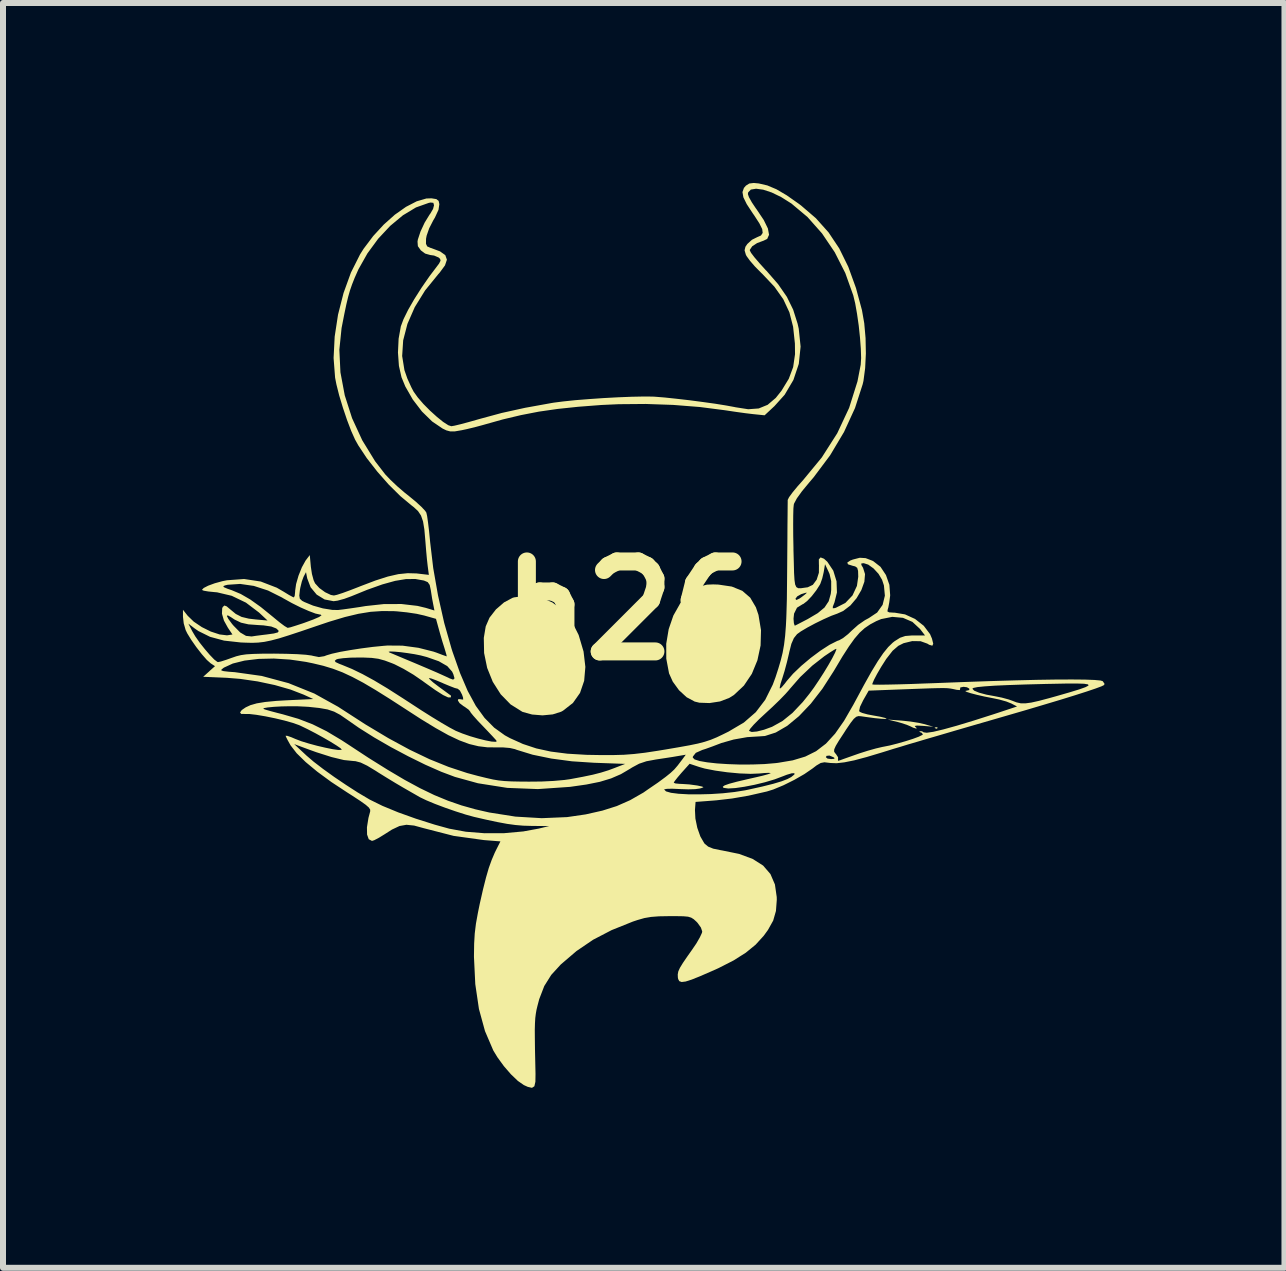
<source format=kicad_pcb>
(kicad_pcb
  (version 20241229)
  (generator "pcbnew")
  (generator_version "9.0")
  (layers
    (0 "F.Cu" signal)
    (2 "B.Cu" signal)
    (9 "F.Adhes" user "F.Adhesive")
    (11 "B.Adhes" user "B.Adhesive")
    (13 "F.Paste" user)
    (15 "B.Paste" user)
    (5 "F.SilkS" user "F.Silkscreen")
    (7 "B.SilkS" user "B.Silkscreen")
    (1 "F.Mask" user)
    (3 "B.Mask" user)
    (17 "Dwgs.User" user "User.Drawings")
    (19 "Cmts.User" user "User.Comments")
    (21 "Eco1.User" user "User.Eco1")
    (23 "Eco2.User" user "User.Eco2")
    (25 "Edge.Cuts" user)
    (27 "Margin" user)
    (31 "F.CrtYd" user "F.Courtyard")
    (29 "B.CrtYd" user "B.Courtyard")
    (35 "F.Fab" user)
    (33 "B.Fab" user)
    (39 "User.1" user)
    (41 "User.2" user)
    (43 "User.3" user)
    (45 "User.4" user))
  (footprint "h26"
    (layer "F.Cu")
    (at 7.483 7.131)
    (property "Reference" "h26" (at 0 0 0) (layer "F.SilkS") (effects (font (size 1.5 1.5) (thickness 0.3))))
    (attr board_only exclude_from_pos_files exclude_from_bom)
    (fp_poly (pts (xy 5.095 1.945) (xy 5.09 1.964) (xy 5.074 1.966) (xy 5.048 1.954) (xy 5.053 1.945) (xy 5.09 1.941)) (stroke (width 0) (type solid)) (fill yes) (layer "F.SilkS"))
    (fp_poly (pts (xy 4.503 1.832) (xy 4.644 1.847) (xy 4.782 1.869) (xy 4.883 1.892) (xy 5.026 1.934) (xy 4.852 1.919) (xy 4.753 1.914) (xy 4.715 1.921) (xy 4.725 1.935) (xy 4.752 1.959) (xy 4.734 1.963) (xy 4.688 1.949) (xy 4.648 1.929) (xy 4.582 1.901) (xy 4.483 1.869) (xy 4.426 1.853) (xy 4.265 1.814)) (stroke (width 0) (type solid)) (fill yes) (layer "F.SilkS"))
    (fp_poly (pts (xy -1.524 -0.223) (xy -1.325 -0.138) (xy -1.147 -0.002) (xy -0.999 0.181) (xy -0.887 0.404) (xy -0.805 0.681) (xy -0.775 0.937) (xy -0.795 1.168) (xy -0.864 1.37) (xy -0.982 1.537) (xy -1.147 1.666) (xy -1.18 1.684) (xy -1.319 1.728) (xy -1.489 1.744) (xy -1.663 1.73) (xy -1.817 1.688) (xy -1.828 1.683) (xy -2.021 1.562) (xy -2.186 1.393) (xy -2.318 1.186) (xy -2.412 0.953) (xy -2.463 0.705) (xy -2.468 0.452) (xy -2.436 0.261) (xy -2.373 0.116) (xy -2.265 -0.023) (xy -2.131 -0.139) (xy -1.989 -0.215) (xy -1.962 -0.223) (xy -1.739 -0.253)) (stroke (width 0) (type solid)) (fill yes) (layer "F.SilkS"))
    (fp_poly (pts (xy 1.443 -0.436) (xy 1.666 -0.403) (xy 1.841 -0.332) (xy 1.973 -0.218) (xy 2.068 -0.057) (xy 2.111 0.07) (xy 2.153 0.324) (xy 2.146 0.579) (xy 2.093 0.826) (xy 2 1.052) (xy 1.868 1.248) (xy 1.703 1.403) (xy 1.624 1.453) (xy 1.47 1.512) (xy 1.294 1.539) (xy 1.125 1.533) (xy 1.047 1.514) (xy 0.913 1.442) (xy 0.786 1.325) (xy 0.682 1.182) (xy 0.62 1.044) (xy 0.574 0.8) (xy 0.573 0.551) (xy 0.614 0.307) (xy 0.692 0.08) (xy 0.805 -0.12) (xy 0.949 -0.281) (xy 1.078 -0.371) (xy 1.168 -0.414) (xy 1.252 -0.435) (xy 1.356 -0.439)) (stroke (width 0) (type solid)) (fill yes) (layer "F.SilkS"))
    (fp_poly (pts (xy 2.116 -7.123) (xy 2.258 -7.09) (xy 2.41 -7.026) (xy 2.582 -6.925) (xy 2.784 -6.783) (xy 2.821 -6.755) (xy 3.068 -6.543) (xy 3.279 -6.307) (xy 3.457 -6.04) (xy 3.608 -5.733) (xy 3.736 -5.38) (xy 3.836 -5.01) (xy 3.874 -4.793) (xy 3.896 -4.545) (xy 3.901 -4.288) (xy 3.889 -4.044) (xy 3.861 -3.832) (xy 3.848 -3.776) (xy 3.72 -3.379) (xy 3.537 -2.98) (xy 3.305 -2.591) (xy 3.03 -2.224) (xy 2.951 -2.131) (xy 2.836 -1.992) (xy 2.751 -1.874) (xy 2.704 -1.786) (xy 2.699 -1.767) (xy 2.693 -1.705) (xy 2.69 -1.59) (xy 2.689 -1.435) (xy 2.69 -1.251) (xy 2.694 -1.05) (xy 2.694 -1.015) (xy 2.7 -0.795) (xy 2.704 -0.63) (xy 2.711 -0.514) (xy 2.722 -0.438) (xy 2.742 -0.394) (xy 2.773 -0.376) (xy 2.818 -0.375) (xy 2.88 -0.384) (xy 2.932 -0.391) (xy 3.017 -0.432) (xy 3.081 -0.518) (xy 3.118 -0.634) (xy 3.119 -0.765) (xy 3.118 -0.769) (xy 3.117 -0.856) (xy 3.146 -0.889) (xy 3.203 -0.867) (xy 3.259 -0.816) (xy 3.358 -0.668) (xy 3.412 -0.491) (xy 3.419 -0.305) (xy 3.378 -0.14) (xy 3.35 -0.068) (xy 3.35 -0.041) (xy 3.383 -0.044) (xy 3.402 -0.05) (xy 3.559 -0.13) (xy 3.678 -0.255) (xy 3.752 -0.414) (xy 3.774 -0.567) (xy 3.771 -0.664) (xy 3.757 -0.715) (xy 3.723 -0.739) (xy 3.678 -0.75) (xy 3.603 -0.774) (xy 3.591 -0.803) (xy 3.642 -0.837) (xy 3.683 -0.853) (xy 3.799 -0.883) (xy 3.897 -0.877) (xy 4.009 -0.834) (xy 4.026 -0.825) (xy 4.145 -0.732) (xy 4.236 -0.595) (xy 4.293 -0.432) (xy 4.306 -0.26) (xy 4.305 -0.245) (xy 4.291 -0.139) (xy 4.275 -0.053) (xy 4.266 -0.024) (xy 4.26 0.011) (xy 4.289 0.027) (xy 4.366 0.032) (xy 4.381 0.032) (xy 4.554 0.061) (xy 4.721 0.137) (xy 4.866 0.251) (xy 4.971 0.39) (xy 5.003 0.465) (xy 5.024 0.55) (xy 5.009 0.583) (xy 4.956 0.567) (xy 4.925 0.548) (xy 4.813 0.508) (xy 4.674 0.506) (xy 4.53 0.541) (xy 4.442 0.585) (xy 4.347 0.667) (xy 4.241 0.803) (xy 4.156 0.936) (xy 4.088 1.053) (xy 4.038 1.148) (xy 4.011 1.211) (xy 4.009 1.229) (xy 4.044 1.232) (xy 4.135 1.233) (xy 4.273 1.231) (xy 4.452 1.227) (xy 4.662 1.221) (xy 4.898 1.212) (xy 5.018 1.208) (xy 5.515 1.189) (xy 5.971 1.173) (xy 6.384 1.161) (xy 6.751 1.152) (xy 7.07 1.147) (xy 7.339 1.146) (xy 7.553 1.148) (xy 7.712 1.154) (xy 7.812 1.163) (xy 7.849 1.174) (xy 7.879 1.217) (xy 7.873 1.238) (xy 7.829 1.26) (xy 7.729 1.297) (xy 7.578 1.348) (xy 7.381 1.411) (xy 7.142 1.485) (xy 6.868 1.567) (xy 6.562 1.658) (xy 6.421 1.699) (xy 6.025 1.814) (xy 5.683 1.913) (xy 5.391 1.998) (xy 5.143 2.071) (xy 4.933 2.132) (xy 4.755 2.185) (xy 4.604 2.229) (xy 4.474 2.269) (xy 4.359 2.303) (xy 4.254 2.336) (xy 4.17 2.362) (xy 3.913 2.439) (xy 3.707 2.494) (xy 3.543 2.527) (xy 3.414 2.542) (xy 3.311 2.538) (xy 3.286 2.535) (xy 3.21 2.526) (xy 3.148 2.538) (xy 3.078 2.579) (xy 3.013 2.629) (xy 2.876 2.723) (xy 2.707 2.82) (xy 2.526 2.91) (xy 2.357 2.98) (xy 2.251 3.013) (xy 1.944 3.083) (xy 1.671 3.13) (xy 1.411 3.16) (xy 1.364 3.164) (xy 1.062 3.187) (xy 1.052 3.323) (xy 1.059 3.464) (xy 1.091 3.619) (xy 1.142 3.763) (xy 1.205 3.872) (xy 1.213 3.883) (xy 1.272 3.932) (xy 1.356 3.966) (xy 1.482 3.992) (xy 1.506 3.996) (xy 1.789 4.054) (xy 2.015 4.138) (xy 2.188 4.248) (xy 2.31 4.389) (xy 2.385 4.563) (xy 2.415 4.772) (xy 2.416 4.82) (xy 2.402 5.005) (xy 2.356 5.165) (xy 2.269 5.321) (xy 2.197 5.42) (xy 2.063 5.567) (xy 1.899 5.701) (xy 1.695 5.83) (xy 1.442 5.959) (xy 1.332 6.008) (xy 1.139 6.092) (xy 0.997 6.149) (xy 0.896 6.181) (xy 0.83 6.189) (xy 0.791 6.175) (xy 0.772 6.14) (xy 0.767 6.114) (xy 0.765 6.063) (xy 0.774 6.013) (xy 0.801 5.953) (xy 0.851 5.871) (xy 0.929 5.757) (xy 0.999 5.658) (xy 1.076 5.545) (xy 1.135 5.442) (xy 1.169 5.368) (xy 1.173 5.346) (xy 1.151 5.281) (xy 1.096 5.204) (xy 1.076 5.183) (xy 1.031 5.142) (xy 0.989 5.116) (xy 0.936 5.1) (xy 0.857 5.093) (xy 0.739 5.091) (xy 0.624 5.091) (xy 0.452 5.094) (xy 0.321 5.104) (xy 0.209 5.123) (xy 0.094 5.156) (xy 0.016 5.182) (xy -0.337 5.324) (xy -0.645 5.484) (xy -0.923 5.673) (xy -1.185 5.897) (xy -1.344 6.071) (xy -1.46 6.256) (xy -1.544 6.474) (xy -1.574 6.588) (xy -1.59 6.655) (xy -1.601 6.719) (xy -1.61 6.79) (xy -1.615 6.876) (xy -1.618 6.985) (xy -1.617 7.126) (xy -1.615 7.307) (xy -1.61 7.538) (xy -1.606 7.721) (xy -1.608 7.852) (xy -1.625 7.927) (xy -1.665 7.953) (xy -1.735 7.937) (xy -1.801 7.907) (xy -1.9 7.838) (xy -2.015 7.728) (xy -2.133 7.592) (xy -2.24 7.445) (xy -2.31 7.33) (xy -2.448 7.008) (xy -2.549 6.639) (xy -2.61 6.225) (xy -2.632 5.772) (xy -2.632 5.752) (xy -2.629 5.55) (xy -2.619 5.38) (xy -2.599 5.216) (xy -2.566 5.034) (xy -2.537 4.892) (xy -2.481 4.645) (xy -2.431 4.447) (xy -2.385 4.288) (xy -2.337 4.155) (xy -2.286 4.035) (xy -2.265 3.992) (xy -2.191 3.845) (xy -2.467 3.823) (xy -2.971 3.753) (xy -3.469 3.625) (xy -3.63 3.581) (xy -3.758 3.568) (xy -3.874 3.589) (xy -3.999 3.648) (xy -4.123 3.727) (xy -4.217 3.785) (xy -4.294 3.825) (xy -4.332 3.837) (xy -4.386 3.809) (xy -4.414 3.731) (xy -4.416 3.61) (xy -4.391 3.454) (xy -4.362 3.345) (xy -4.362 3.316) (xy -4.384 3.281) (xy -4.435 3.236) (xy -4.522 3.174) (xy -4.653 3.088) (xy -4.747 3.028) (xy -5.011 2.854) (xy -5.244 2.683) (xy -5.438 2.522) (xy -5.588 2.375) (xy -5.687 2.247) (xy -5.692 2.239) (xy -5.701 2.223) (xy -5.629 2.223) (xy -5.422 2.416) (xy -5.304 2.517) (xy -5.145 2.639) (xy -4.96 2.772) (xy -4.763 2.905) (xy -4.569 3.03) (xy -4.392 3.135) (xy -4.37 3.148) (xy -4.157 3.253) (xy -3.895 3.361) (xy -3.599 3.467) (xy -3.283 3.567) (xy -3.044 3.633) (xy -2.767 3.684) (xy -2.455 3.709) (xy -2.129 3.708) (xy -1.81 3.679) (xy -1.554 3.632) (xy -1.379 3.59) (xy -1.674 3.587) (xy -1.81 3.583) (xy -1.94 3.572) (xy -2.079 3.553) (xy -2.24 3.523) (xy -2.437 3.481) (xy -2.632 3.436) (xy -2.77 3.398) (xy -2.936 3.345) (xy -3.112 3.284) (xy -3.282 3.22) (xy -3.426 3.16) (xy -3.528 3.111) (xy -3.532 3.109) (xy -3.612 3.063) (xy -3.722 3) (xy -3.821 2.943) (xy -3.938 2.874) (xy -4.083 2.786) (xy -4.228 2.696) (xy -4.268 2.67) (xy -4.412 2.583) (xy -4.52 2.531) (xy -4.606 2.508) (xy -4.644 2.505) (xy -4.8 2.489) (xy -5.006 2.439) (xy -5.261 2.358) (xy -5.375 2.317) (xy -5.629 2.223) (xy -5.701 2.223) (xy -5.738 2.157) (xy -5.767 2.099) (xy -5.771 2.084) (xy -5.745 2.085) (xy -5.678 2.108) (xy -5.605 2.139) (xy -5.508 2.176) (xy -5.384 2.214) (xy -5.247 2.251) (xy -5.11 2.283) (xy -4.987 2.308) (xy -4.893 2.321) (xy -4.841 2.319) (xy -4.836 2.316) (xy -4.856 2.292) (xy -4.922 2.247) (xy -5.02 2.186) (xy -5.141 2.116) (xy -5.273 2.043) (xy -5.404 1.975) (xy -5.522 1.918) (xy -5.549 1.906) (xy -5.651 1.87) (xy -5.789 1.831) (xy -5.948 1.793) (xy -6.11 1.76) (xy -6.259 1.735) (xy -6.378 1.721) (xy -6.446 1.721) (xy -6.513 1.72) (xy -6.531 1.695) (xy -6.503 1.656) (xy -6.473 1.635) (xy -6.144 1.635) (xy -6.11 1.648) (xy -6.028 1.672) (xy -5.911 1.703) (xy -5.817 1.727) (xy -5.558 1.802) (xy -5.322 1.893) (xy -5.088 2.009) (xy -4.837 2.159) (xy -4.745 2.219) (xy -4.387 2.454) (xy -4.07 2.652) (xy -3.788 2.819) (xy -3.531 2.958) (xy -3.293 3.073) (xy -3.065 3.167) (xy -2.84 3.245) (xy -2.609 3.31) (xy -2.378 3.363) (xy -1.94 3.432) (xy -1.502 3.458) (xy -1.079 3.44) (xy -0.77 3.395) (xy -0.491 3.332) (xy -0.251 3.256) (xy -0.029 3.158) (xy 0.193 3.031) (xy 0.266 2.98) (xy 0.539 2.98) (xy 0.569 3.011) (xy 0.652 3.035) (xy 0.778 3.051) (xy 0.937 3.06) (xy 1.12 3.061) (xy 1.316 3.056) (xy 1.516 3.043) (xy 1.709 3.022) (xy 1.886 2.994) (xy 1.934 2.984) (xy 2.173 2.931) (xy 2.356 2.885) (xy 2.494 2.844) (xy 2.593 2.806) (xy 2.657 2.772) (xy 2.71 2.729) (xy 2.71 2.708) (xy 2.664 2.71) (xy 2.58 2.735) (xy 2.524 2.757) (xy 2.383 2.81) (xy 2.219 2.859) (xy 2.046 2.901) (xy 1.877 2.934) (xy 1.726 2.956) (xy 1.607 2.963) (xy 1.532 2.953) (xy 1.525 2.95) (xy 1.516 2.933) (xy 1.547 2.911) (xy 1.624 2.884) (xy 1.75 2.85) (xy 1.932 2.807) (xy 2.069 2.776) (xy 2.184 2.749) (xy 2.27 2.725) (xy 2.313 2.709) (xy 2.315 2.707) (xy 2.286 2.702) (xy 2.212 2.705) (xy 2.128 2.713) (xy 1.981 2.719) (xy 1.795 2.712) (xy 1.591 2.693) (xy 1.391 2.665) (xy 1.216 2.631) (xy 1.124 2.605) (xy 0.963 2.551) (xy 0.83 2.699) (xy 0.761 2.78) (xy 0.713 2.841) (xy 0.698 2.867) (xy 0.726 2.879) (xy 0.797 2.886) (xy 0.832 2.887) (xy 0.956 2.895) (xy 1.081 2.912) (xy 1.094 2.914) (xy 1.172 2.931) (xy 1.194 2.942) (xy 1.163 2.955) (xy 1.13 2.964) (xy 1.055 2.974) (xy 0.94 2.977) (xy 0.808 2.973) (xy 0.789 2.972) (xy 0.673 2.967) (xy 0.585 2.969) (xy 0.541 2.977) (xy 0.539 2.98) (xy 0.266 2.98) (xy 0.436 2.864) (xy 0.444 2.858) (xy 0.563 2.77) (xy 0.645 2.704) (xy 0.707 2.646) (xy 0.763 2.581) (xy 0.829 2.494) (xy 0.831 2.492) (xy 0.864 2.447) (xy 1.015 2.447) (xy 1.045 2.478) (xy 1.128 2.505) (xy 1.255 2.527) (xy 1.416 2.545) (xy 1.602 2.557) (xy 1.803 2.564) (xy 2.009 2.563) (xy 2.211 2.556) (xy 2.398 2.54) (xy 2.438 2.535) (xy 2.682 2.494) (xy 2.855 2.442) (xy 3.234 2.442) (xy 3.262 2.465) (xy 3.322 2.473) (xy 3.377 2.468) (xy 3.375 2.452) (xy 3.361 2.442) (xy 3.294 2.414) (xy 3.246 2.419) (xy 3.234 2.442) (xy 2.855 2.442) (xy 2.891 2.431) (xy 3.064 2.345) (xy 3.371 2.345) (xy 3.386 2.372) (xy 3.401 2.387) (xy 3.437 2.442) (xy 3.437 2.48) (xy 3.436 2.502) (xy 3.475 2.491) (xy 3.532 2.47) (xy 3.631 2.435) (xy 3.753 2.392) (xy 3.793 2.378) (xy 3.932 2.334) (xy 4.067 2.296) (xy 4.173 2.271) (xy 4.189 2.268) (xy 4.3 2.246) (xy 4.429 2.213) (xy 4.562 2.175) (xy 4.685 2.136) (xy 4.782 2.1) (xy 4.841 2.071) (xy 4.852 2.059) (xy 4.827 2.031) (xy 4.815 2.029) (xy 4.793 2.017) (xy 4.798 2.009) (xy 4.836 2.009) (xy 4.864 2.027) (xy 4.916 2.034) (xy 5.026 2.018) (xy 5.194 1.978) (xy 5.418 1.916) (xy 5.699 1.831) (xy 6.034 1.724) (xy 6.104 1.701) (xy 6.421 1.596) (xy 6.325 1.546) (xy 6.242 1.513) (xy 6.124 1.48) (xy 6.024 1.459) (xy 5.881 1.431) (xy 5.753 1.402) (xy 5.65 1.375) (xy 5.581 1.353) (xy 5.557 1.338) (xy 5.575 1.334) (xy 5.625 1.322) (xy 5.625 1.3) (xy 5.676 1.3) (xy 5.706 1.332) (xy 5.788 1.366) (xy 5.911 1.399) (xy 6.042 1.423) (xy 6.167 1.448) (xy 6.285 1.48) (xy 6.343 1.501) (xy 6.414 1.528) (xy 6.482 1.543) (xy 6.56 1.544) (xy 6.658 1.531) (xy 6.788 1.502) (xy 6.961 1.456) (xy 7.072 1.425) (xy 7.291 1.362) (xy 7.455 1.312) (xy 7.562 1.274) (xy 7.613 1.247) (xy 7.605 1.228) (xy 7.539 1.217) (xy 7.412 1.213) (xy 7.224 1.214) (xy 6.975 1.219) (xy 6.913 1.22) (xy 6.565 1.229) (xy 6.277 1.239) (xy 6.049 1.249) (xy 5.877 1.261) (xy 5.759 1.273) (xy 5.693 1.287) (xy 5.676 1.3) (xy 5.625 1.3) (xy 5.625 1.298) (xy 5.586 1.276) (xy 5.53 1.268) (xy 5.475 1.279) (xy 5.472 1.304) (xy 5.468 1.323) (xy 5.413 1.318) (xy 5.387 1.312) (xy 5.345 1.303) (xy 5.305 1.296) (xy 5.258 1.291) (xy 5.195 1.289) (xy 5.107 1.29) (xy 4.985 1.293) (xy 4.821 1.299) (xy 4.604 1.307) (xy 4.519 1.31) (xy 3.948 1.332) (xy 3.856 1.493) (xy 3.804 1.6) (xy 3.789 1.667) (xy 3.796 1.684) (xy 3.841 1.704) (xy 3.929 1.728) (xy 4.029 1.747) (xy 4.136 1.766) (xy 4.215 1.785) (xy 4.248 1.798) (xy 4.229 1.804) (xy 4.158 1.801) (xy 4.046 1.79) (xy 3.904 1.771) (xy 3.821 1.759) (xy 3.777 1.756) (xy 3.74 1.768) (xy 3.699 1.803) (xy 3.646 1.871) (xy 3.572 1.98) (xy 3.535 2.038) (xy 3.451 2.166) (xy 3.399 2.253) (xy 3.374 2.309) (xy 3.371 2.345) (xy 3.064 2.345) (xy 3.073 2.34) (xy 3.236 2.215) (xy 3.388 2.049) (xy 3.537 1.836) (xy 3.691 1.569) (xy 3.725 1.506) (xy 3.871 1.235) (xy 3.994 1.015) (xy 4.1 0.841) (xy 4.191 0.707) (xy 4.273 0.606) (xy 4.348 0.533) (xy 4.38 0.508) (xy 4.472 0.45) (xy 4.558 0.421) (xy 4.67 0.412) (xy 4.7 0.412) (xy 4.887 0.412) (xy 4.804 0.304) (xy 4.677 0.186) (xy 4.519 0.118) (xy 4.341 0.102) (xy 4.156 0.139) (xy 4.075 0.173) (xy 3.972 0.228) (xy 3.881 0.29) (xy 3.797 0.366) (xy 3.711 0.466) (xy 3.618 0.596) (xy 3.509 0.765) (xy 3.38 0.982) (xy 3.36 1.015) (xy 3.176 1.301) (xy 2.983 1.55) (xy 2.786 1.757) (xy 2.59 1.919) (xy 2.399 2.03) (xy 2.219 2.088) (xy 2.134 2.094) (xy 1.923 2.107) (xy 1.697 2.147) (xy 1.493 2.205) (xy 1.459 2.218) (xy 1.341 2.263) (xy 1.227 2.304) (xy 1.173 2.321) (xy 1.066 2.369) (xy 1.018 2.43) (xy 1.015 2.447) (xy 0.864 2.447) (xy 0.899 2.4) (xy 0.775 2.421) (xy 0.681 2.437) (xy 0.552 2.457) (xy 0.412 2.478) (xy 0.4 2.48) (xy 0.243 2.509) (xy 0.121 2.55) (xy 0.004 2.613) (xy -0.029 2.634) (xy -0.182 2.724) (xy -0.346 2.795) (xy -0.534 2.852) (xy -0.758 2.897) (xy -1.031 2.936) (xy -1.566 2.973) (xy -2.077 2.953) (xy -2.565 2.876) (xy -2.949 2.77) (xy -3.178 2.684) (xy -3.443 2.567) (xy -3.727 2.427) (xy -4.017 2.273) (xy -4.296 2.112) (xy -4.55 1.952) (xy -4.755 1.809) (xy -4.863 1.735) (xy -4.963 1.682) (xy -5.074 1.645) (xy -5.211 1.621) (xy -5.39 1.602) (xy -5.442 1.599) (xy -5.566 1.593) (xy -5.704 1.592) (xy -5.843 1.595) (xy -5.969 1.602) (xy -6.07 1.612) (xy -6.132 1.623) (xy -6.144 1.635) (xy -6.473 1.635) (xy -6.436 1.61) (xy -6.358 1.574) (xy -6.253 1.544) (xy -6.113 1.521) (xy -5.928 1.503) (xy -5.755 1.493) (xy -5.311 1.472) (xy -5.47 1.399) (xy -5.69 1.314) (xy -5.952 1.239) (xy -6.239 1.178) (xy -6.529 1.136) (xy -6.752 1.118) (xy -7.146 1.101) (xy -7.048 1.013) (xy -7.03 0.996) (xy -6.842 0.996) (xy -6.804 1.007) (xy -6.718 1.017) (xy -6.62 1.024) (xy -6.17 1.087) (xy -5.723 1.207) (xy -5.294 1.38) (xy -4.896 1.601) (xy -4.864 1.622) (xy -4.443 1.894) (xy -4.059 2.124) (xy -3.705 2.316) (xy -3.373 2.475) (xy -3.056 2.603) (xy -2.747 2.705) (xy -2.569 2.753) (xy -2.426 2.788) (xy -2.316 2.813) (xy -2.22 2.829) (xy -2.123 2.839) (xy -2.007 2.845) (xy -1.857 2.848) (xy -1.712 2.849) (xy -1.505 2.847) (xy -1.302 2.837) (xy -1.124 2.821) (xy -1.031 2.808) (xy -0.817 2.768) (xy -0.65 2.733) (xy -0.514 2.698) (xy -0.392 2.66) (xy -0.295 2.624) (xy -0.111 2.553) (xy -0.634 2.534) (xy -0.999 2.51) (xy -1.343 2.464) (xy -1.654 2.4) (xy -1.918 2.319) (xy -1.95 2.307) (xy -2.033 2.288) (xy -2.15 2.278) (xy -2.251 2.278) (xy -2.406 2.277) (xy -2.557 2.259) (xy -2.71 2.222) (xy -2.875 2.161) (xy -3.059 2.074) (xy -3.27 1.956) (xy -3.516 1.806) (xy -3.754 1.652) (xy -4.035 1.47) (xy -4.273 1.321) (xy -4.478 1.2) (xy -4.659 1.104) (xy -4.824 1.027) (xy -4.982 0.967) (xy -5.143 0.918) (xy -5.315 0.877) (xy -5.432 0.853) (xy -5.559 0.834) (xy -4.952 0.834) (xy -4.939 0.856) (xy -4.877 0.885) (xy -4.83 0.903) (xy -4.665 0.971) (xy -4.49 1.056) (xy -4.296 1.162) (xy -4.074 1.295) (xy -3.816 1.46) (xy -3.69 1.542) (xy -3.509 1.66) (xy -3.333 1.771) (xy -3.172 1.869) (xy -3.038 1.947) (xy -2.944 1.997) (xy -2.937 2.001) (xy -2.827 2.046) (xy -2.698 2.091) (xy -2.565 2.13) (xy -2.441 2.161) (xy -2.338 2.181) (xy -2.271 2.185) (xy -2.251 2.175) (xy -2.272 2.148) (xy -2.328 2.087) (xy -2.409 2.001) (xy -2.473 1.934) (xy -2.567 1.836) (xy -2.641 1.753) (xy -2.686 1.698) (xy -2.695 1.681) (xy -2.72 1.65) (xy -2.782 1.605) (xy -2.808 1.589) (xy -2.871 1.541) (xy -2.9 1.497) (xy -2.892 1.472) (xy -2.843 1.477) (xy -2.839 1.479) (xy -2.812 1.481) (xy -2.814 1.447) (xy -2.831 1.398) (xy -2.866 1.331) (xy -2.903 1.3) (xy -2.905 1.3) (xy -2.951 1.288) (xy -3.037 1.255) (xy -3.145 1.21) (xy -3.157 1.204) (xy -3.262 1.16) (xy -3.342 1.13) (xy -3.383 1.121) (xy -3.384 1.122) (xy -3.367 1.146) (xy -3.311 1.196) (xy -3.225 1.262) (xy -3.213 1.271) (xy -3.121 1.338) (xy -3.05 1.39) (xy -3.016 1.415) (xy -3.015 1.416) (xy -3.018 1.443) (xy -3.02 1.445) (xy -3.062 1.445) (xy -3.147 1.405) (xy -3.276 1.323) (xy -3.45 1.199) (xy -3.491 1.169) (xy -3.641 1.066) (xy -3.805 0.969) (xy -3.955 0.893) (xy -3.996 0.876) (xy -4.119 0.83) (xy -4.225 0.801) (xy -4.337 0.786) (xy -4.478 0.78) (xy -4.55 0.78) (xy -4.692 0.782) (xy -4.813 0.791) (xy -4.899 0.803) (xy -4.926 0.812) (xy -4.952 0.834) (xy -5.559 0.834) (xy -5.7 0.814) (xy -5.969 0.797) (xy -6.224 0.803) (xy -6.456 0.831) (xy -6.652 0.88) (xy -6.8 0.948) (xy -6.812 0.957) (xy -6.842 0.981) (xy -6.842 0.996) (xy -7.03 0.996) (xy -6.949 0.924) (xy -7.022 0.876) (xy -7.086 0.819) (xy -7.169 0.724) (xy -7.26 0.607) (xy -7.344 0.487) (xy -7.411 0.378) (xy -7.438 0.323) (xy -7.469 0.215) (xy -7.393 0.215) (xy -7.329 0.34) (xy -7.277 0.428) (xy -7.204 0.532) (xy -7.12 0.638) (xy -7.036 0.736) (xy -6.963 0.812) (xy -6.911 0.852) (xy -6.899 0.856) (xy -6.85 0.846) (xy -6.762 0.818) (xy -6.672 0.786) (xy -6.594 0.759) (xy -6.517 0.74) (xy -6.428 0.727) (xy -6.313 0.72) (xy -6.162 0.716) (xy -5.962 0.715) (xy -5.757 0.718) (xy -5.577 0.724) (xy -5.433 0.734) (xy -5.336 0.747) (xy -5.318 0.752) (xy -5.217 0.772) (xy -5.128 0.758) (xy -5.089 0.743) (xy -5.002 0.717) (xy -4.868 0.687) (xy -4.853 0.684) (xy -4.055 0.684) (xy -4.043 0.695) (xy -3.992 0.716) (xy -3.895 0.757) (xy -3.764 0.812) (xy -3.611 0.876) (xy -3.552 0.901) (xy -3.392 0.969) (xy -3.248 1.031) (xy -3.133 1.083) (xy -3.058 1.117) (xy -3.044 1.125) (xy -2.979 1.149) (xy -2.956 1.127) (xy -2.976 1.058) (xy -2.996 1.015) (xy -3.077 0.923) (xy -3.218 0.842) (xy -3.417 0.772) (xy -3.52 0.745) (xy -3.625 0.724) (xy -3.741 0.706) (xy -3.854 0.691) (xy -3.953 0.682) (xy -4.024 0.679) (xy -4.055 0.684) (xy -4.853 0.684) (xy -4.699 0.657) (xy -4.512 0.628) (xy -4.32 0.603) (xy -4.138 0.585) (xy -4.075 0.58) (xy -3.824 0.582) (xy -3.557 0.618) (xy -3.305 0.682) (xy -3.25 0.701) (xy -3.161 0.735) (xy -3.101 0.756) (xy -3.086 0.761) (xy -3.091 0.734) (xy -3.111 0.666) (xy -3.123 0.626) (xy -3.158 0.515) (xy -3.197 0.382) (xy -3.216 0.313) (xy -3.265 0.135) (xy -3.464 0.079) (xy -3.589 0.051) (xy -3.75 0.027) (xy -3.916 0.01) (xy -3.966 0.007) (xy -4.162 0.005) (xy -4.355 0.018) (xy -4.558 0.051) (xy -4.784 0.105) (xy -5.044 0.183) (xy -5.264 0.257) (xy -5.516 0.343) (xy -5.719 0.41) (xy -5.882 0.461) (xy -6.015 0.496) (xy -6.127 0.519) (xy -6.229 0.531) (xy -6.331 0.535) (xy -6.443 0.532) (xy -6.518 0.529) (xy -6.798 0.498) (xy -7.031 0.435) (xy -7.225 0.339) (xy -7.288 0.295) (xy -7.393 0.215) (xy -7.469 0.215) (xy -7.47 0.213) (xy -7.483 0.1) (xy -7.483 0.099) (xy -7.483 -0.016) (xy -7.404 0.084) (xy -7.303 0.182) (xy -7.168 0.273) (xy -7.019 0.347) (xy -6.873 0.395) (xy -6.749 0.41) (xy -6.728 0.407) (xy -6.658 0.396) (xy -6.733 0.285) (xy -6.8 0.164) (xy -6.822 0.088) (xy -6.751 0.088) (xy -6.726 0.137) (xy -6.664 0.221) (xy -6.638 0.251) (xy -6.529 0.362) (xy -6.432 0.419) (xy -6.338 0.429) (xy -6.326 0.427) (xy -6.259 0.417) (xy -6.157 0.404) (xy -6.09 0.396) (xy -5.967 0.379) (xy -5.901 0.361) (xy -5.886 0.337) (xy -5.917 0.304) (xy -5.931 0.294) (xy -6.011 0.263) (xy -6.14 0.244) (xy -6.226 0.239) (xy -6.391 0.227) (xy -6.515 0.199) (xy -6.623 0.147) (xy -6.683 0.107) (xy -6.737 0.076) (xy -6.751 0.088) (xy -6.822 0.088) (xy -6.833 0.049) (xy -6.829 -0.042) (xy -6.819 -0.063) (xy -6.792 -0.087) (xy -6.754 -0.073) (xy -6.7 -0.027) (xy -6.603 0.053) (xy -6.505 0.103) (xy -6.385 0.132) (xy -6.272 0.145) (xy -6.073 0.163) (xy -6.215 0.03) (xy -6.433 -0.135) (xy -6.67 -0.249) (xy -6.915 -0.307) (xy -6.952 -0.31) (xy -7.06 -0.321) (xy -7.136 -0.334) (xy -7.167 -0.347) (xy -7.167 -0.347) (xy -7.138 -0.379) (xy -7.078 -0.41) (xy -6.811 -0.41) (xy -6.8 -0.392) (xy -6.739 -0.366) (xy -6.669 -0.342) (xy -6.521 -0.28) (xy -6.362 -0.188) (xy -6.184 -0.061) (xy -5.976 0.108) (xy -5.963 0.119) (xy -5.868 0.197) (xy -5.79 0.255) (xy -5.741 0.284) (xy -5.735 0.285) (xy -5.691 0.276) (xy -5.604 0.249) (xy -5.491 0.212) (xy -5.459 0.201) (xy -5.31 0.146) (xy -5.213 0.104) (xy -5.173 0.076) (xy -5.191 0.063) (xy -5.202 0.063) (xy -5.274 0.047) (xy -5.385 0.005) (xy -5.522 -0.055) (xy -5.668 -0.128) (xy -5.81 -0.207) (xy -5.833 -0.221) (xy -6.065 -0.337) (xy -6.302 -0.414) (xy -6.53 -0.447) (xy -6.737 -0.433) (xy -6.78 -0.423) (xy -6.811 -0.41) (xy -7.078 -0.41) (xy -7.062 -0.418) (xy -6.953 -0.458) (xy -6.825 -0.493) (xy -6.75 -0.508) (xy -6.464 -0.529) (xy -6.186 -0.487) (xy -5.919 -0.384) (xy -5.802 -0.316) (xy -5.717 -0.264) (xy -5.654 -0.23) (xy -5.634 -0.222) (xy -5.62 -0.25) (xy -5.62 -0.252) (xy -5.544 -0.252) (xy -5.535 -0.201) (xy -5.498 -0.166) (xy -5.458 -0.145) (xy -5.313 -0.085) (xy -5.15 -0.039) (xy -4.994 -0.014) (xy -4.899 -0.012) (xy -4.814 -0.022) (xy -4.686 -0.04) (xy -4.536 -0.062) (xy -4.439 -0.078) (xy -4.135 -0.111) (xy -3.84 -0.112) (xy -3.574 -0.081) (xy -3.436 -0.048) (xy -3.291 -0.004) (xy -3.311 -0.105) (xy -3.33 -0.205) (xy -3.348 -0.32) (xy -3.351 -0.341) (xy -3.37 -0.43) (xy -3.403 -0.477) (xy -3.467 -0.504) (xy -3.469 -0.504) (xy -3.608 -0.529) (xy -3.764 -0.528) (xy -3.946 -0.498) (xy -4.159 -0.439) (xy -4.412 -0.349) (xy -4.677 -0.241) (xy -4.795 -0.198) (xy -4.906 -0.168) (xy -4.972 -0.159) (xy -5.122 -0.188) (xy -5.254 -0.269) (xy -5.355 -0.391) (xy -5.412 -0.541) (xy -5.432 -0.643) (xy -5.472 -0.567) (xy -5.501 -0.489) (xy -5.527 -0.383) (xy -5.534 -0.343) (xy -5.544 -0.252) (xy -5.62 -0.252) (xy -5.613 -0.318) (xy -5.613 -0.332) (xy -5.597 -0.445) (xy -5.557 -0.584) (xy -5.501 -0.724) (xy -5.439 -0.836) (xy -5.427 -0.852) (xy -5.369 -0.928) (xy -5.351 -0.732) (xy -5.333 -0.613) (xy -5.305 -0.509) (xy -5.281 -0.457) (xy -5.21 -0.379) (xy -5.114 -0.309) (xy -5.017 -0.263) (xy -4.967 -0.254) (xy -4.917 -0.265) (xy -4.821 -0.296) (xy -4.693 -0.343) (xy -4.546 -0.4) (xy -4.524 -0.409) (xy -4.274 -0.504) (xy -4.068 -0.57) (xy -3.893 -0.61) (xy -3.737 -0.626) (xy -3.59 -0.622) (xy -3.573 -0.62) (xy -3.384 -0.598) (xy -3.404 -0.751) (xy -3.416 -0.858) (xy -3.429 -0.999) (xy -3.441 -1.149) (xy -3.443 -1.173) (xy -3.459 -1.356) (xy -3.481 -1.489) (xy -3.515 -1.587) (xy -3.565 -1.662) (xy -3.638 -1.729) (xy -3.673 -1.756) (xy -3.858 -1.91) (xy -4.054 -2.104) (xy -4.245 -2.321) (xy -4.419 -2.544) (xy -4.561 -2.758) (xy -4.614 -2.853) (xy -4.678 -2.996) (xy -4.748 -3.18) (xy -4.817 -3.385) (xy -4.879 -3.59) (xy -4.925 -3.773) (xy -4.947 -3.885) (xy -4.972 -4.213) (xy -4.965 -4.351) (xy -4.876 -4.351) (xy -4.858 -3.974) (xy -4.786 -3.591) (xy -4.664 -3.21) (xy -4.494 -2.841) (xy -4.28 -2.492) (xy -4.11 -2.272) (xy -4.026 -2.184) (xy -3.911 -2.075) (xy -3.782 -1.964) (xy -3.716 -1.912) (xy -3.603 -1.819) (xy -3.509 -1.733) (xy -3.446 -1.666) (xy -3.426 -1.636) (xy -3.413 -1.579) (xy -3.398 -1.473) (xy -3.381 -1.332) (xy -3.365 -1.171) (xy -3.362 -1.14) (xy -3.311 -0.71) (xy -3.231 -0.254) (xy -3.128 0.203) (xy -3.006 0.632) (xy -2.99 0.682) (xy -2.864 1.039) (xy -2.736 1.338) (xy -2.601 1.586) (xy -2.455 1.787) (xy -2.295 1.949) (xy -2.117 2.077) (xy -2.031 2.124) (xy -1.816 2.221) (xy -1.593 2.295) (xy -1.35 2.348) (xy -1.075 2.383) (xy -0.757 2.402) (xy -0.523 2.406) (xy -0.312 2.406) (xy -0.132 2.401) (xy 0.037 2.388) (xy 0.217 2.367) (xy 0.427 2.335) (xy 0.556 2.314) (xy 0.784 2.275) (xy 0.962 2.243) (xy 1.102 2.214) (xy 1.216 2.184) (xy 1.316 2.151) (xy 1.415 2.11) (xy 1.524 2.058) (xy 1.617 2.012) (xy 1.633 2.002) (xy 1.953 2.002) (xy 1.954 2.004) (xy 1.999 2.021) (xy 2.086 2.013) (xy 2.202 1.984) (xy 2.331 1.937) (xy 2.344 1.931) (xy 2.511 1.838) (xy 2.677 1.704) (xy 2.849 1.522) (xy 2.959 1.385) (xy 3.035 1.282) (xy 3.117 1.16) (xy 3.2 1.031) (xy 3.277 0.904) (xy 3.341 0.791) (xy 3.387 0.701) (xy 3.409 0.646) (xy 3.406 0.634) (xy 3.373 0.651) (xy 3.304 0.694) (xy 3.212 0.756) (xy 3.209 0.758) (xy 3.008 0.915) (xy 2.805 1.107) (xy 2.626 1.312) (xy 2.624 1.316) (xy 2.56 1.388) (xy 2.463 1.488) (xy 2.345 1.602) (xy 2.23 1.708) (xy 2.119 1.811) (xy 2.031 1.9) (xy 1.973 1.967) (xy 1.953 2.002) (xy 1.633 2.002) (xy 1.867 1.864) (xy 2.066 1.691) (xy 2.223 1.485) (xy 2.325 1.28) (xy 2.465 1.28) (xy 2.468 1.299) (xy 2.497 1.276) (xy 2.549 1.215) (xy 2.584 1.169) (xy 2.687 1.05) (xy 2.824 0.919) (xy 2.98 0.788) (xy 3.142 0.667) (xy 3.295 0.568) (xy 3.424 0.503) (xy 3.456 0.492) (xy 3.52 0.456) (xy 3.605 0.389) (xy 3.671 0.326) (xy 3.772 0.236) (xy 3.886 0.157) (xy 3.951 0.122) (xy 4.089 0.03) (xy 4.18 -0.098) (xy 4.218 -0.251) (xy 4.202 -0.422) (xy 4.171 -0.516) (xy 4.112 -0.615) (xy 4.029 -0.705) (xy 3.94 -0.769) (xy 3.865 -0.793) (xy 3.825 -0.788) (xy 3.826 -0.763) (xy 3.854 -0.716) (xy 3.887 -0.611) (xy 3.876 -0.483) (xy 3.826 -0.345) (xy 3.746 -0.209) (xy 3.643 -0.088) (xy 3.523 0.004) (xy 3.425 0.048) (xy 3.324 0.085) (xy 3.196 0.142) (xy 3.057 0.21) (xy 2.926 0.28) (xy 2.818 0.344) (xy 2.754 0.39) (xy 2.701 0.456) (xy 2.659 0.552) (xy 2.623 0.694) (xy 2.621 0.706) (xy 2.586 0.854) (xy 2.545 1.007) (xy 2.509 1.123) (xy 2.479 1.216) (xy 2.465 1.28) (xy 2.325 1.28) (xy 2.349 1.232) (xy 2.395 1.108) (xy 2.442 0.963) (xy 2.481 0.831) (xy 2.513 0.702) (xy 2.537 0.568) (xy 2.555 0.42) (xy 2.568 0.25) (xy 2.574 0.132) (xy 2.695 0.132) (xy 2.701 0.208) (xy 2.714 0.247) (xy 2.719 0.248) (xy 2.758 0.229) (xy 2.835 0.189) (xy 2.933 0.138) (xy 3.099 0.04) (xy 3.212 -0.054) (xy 3.281 -0.158) (xy 3.316 -0.281) (xy 3.323 -0.345) (xy 3.323 -0.494) (xy 3.296 -0.612) (xy 3.278 -0.653) (xy 3.22 -0.776) (xy 3.198 -0.643) (xy 3.174 -0.54) (xy 3.143 -0.452) (xy 3.136 -0.437) (xy 3.075 -0.341) (xy 2.999 -0.243) (xy 2.922 -0.162) (xy 2.86 -0.114) (xy 2.849 -0.11) (xy 2.753 -0.051) (xy 2.704 0.048) (xy 2.695 0.132) (xy 2.574 0.132) (xy 2.577 0.048) (xy 2.584 -0.193) (xy 2.584 -0.197) (xy 2.727 -0.197) (xy 2.743 -0.179) (xy 2.796 -0.204) (xy 2.822 -0.222) (xy 2.884 -0.269) (xy 2.916 -0.298) (xy 2.917 -0.301) (xy 2.892 -0.298) (xy 2.829 -0.278) (xy 2.822 -0.276) (xy 2.756 -0.239) (xy 2.727 -0.199) (xy 2.727 -0.197) (xy 2.584 -0.197) (xy 2.587 -0.484) (xy 2.589 -0.713) (xy 2.591 -0.971) (xy 2.593 -1.209) (xy 2.594 -1.421) (xy 2.596 -1.599) (xy 2.597 -1.735) (xy 2.598 -1.821) (xy 2.598 -1.847) (xy 2.62 -1.892) (xy 2.677 -1.97) (xy 2.76 -2.071) (xy 2.852 -2.174) (xy 3.166 -2.555) (xy 3.424 -2.959) (xy 3.622 -3.382) (xy 3.761 -3.823) (xy 3.815 -4.101) (xy 3.822 -4.212) (xy 3.817 -4.368) (xy 3.803 -4.554) (xy 3.782 -4.753) (xy 3.754 -4.948) (xy 3.723 -5.124) (xy 3.691 -5.257) (xy 3.558 -5.629) (xy 3.382 -5.976) (xy 3.17 -6.29) (xy 2.928 -6.563) (xy 2.66 -6.788) (xy 2.489 -6.896) (xy 2.332 -6.972) (xy 2.19 -7.019) (xy 2.071 -7.035) (xy 1.984 -7.021) (xy 1.939 -6.974) (xy 1.934 -6.946) (xy 1.952 -6.894) (xy 2 -6.808) (xy 2.067 -6.708) (xy 2.079 -6.692) (xy 2.199 -6.513) (xy 2.268 -6.372) (xy 2.287 -6.267) (xy 2.256 -6.198) (xy 2.196 -6.169) (xy 2.088 -6.129) (xy 2.006 -6.075) (xy 1.967 -6.017) (xy 1.966 -6.007) (xy 1.987 -5.966) (xy 2.044 -5.891) (xy 2.129 -5.792) (xy 2.232 -5.678) (xy 2.244 -5.667) (xy 2.438 -5.444) (xy 2.584 -5.233) (xy 2.689 -5.019) (xy 2.763 -4.785) (xy 2.782 -4.701) (xy 2.813 -4.403) (xy 2.783 -4.116) (xy 2.693 -3.847) (xy 2.547 -3.6) (xy 2.377 -3.411) (xy 2.213 -3.258) (xy 2.018 -3.278) (xy 1.893 -3.293) (xy 1.734 -3.315) (xy 1.573 -3.339) (xy 1.538 -3.344) (xy 1.134 -3.396) (xy 0.691 -3.431) (xy 0.232 -3.447) (xy -0.221 -3.443) (xy -0.507 -3.43) (xy -0.896 -3.4) (xy -1.238 -3.364) (xy -1.55 -3.319) (xy -1.849 -3.261) (xy -2.152 -3.189) (xy -2.476 -3.098) (xy -2.505 -3.09) (xy -2.62 -3.059) (xy -2.758 -3.026) (xy -2.838 -3.009) (xy -2.95 -2.99) (xy -3.026 -2.989) (xy -3.093 -3.007) (xy -3.155 -3.037) (xy -3.329 -3.155) (xy -3.499 -3.321) (xy -3.652 -3.521) (xy -3.777 -3.739) (xy -3.84 -3.892) (xy -3.883 -4.082) (xy -3.899 -4.305) (xy -3.888 -4.535) (xy -3.851 -4.741) (xy -3.807 -4.859) (xy -3.73 -5.015) (xy -3.627 -5.194) (xy -3.505 -5.386) (xy -3.372 -5.578) (xy -3.275 -5.706) (xy -3.214 -5.787) (xy -3.189 -5.835) (xy -3.196 -5.865) (xy -3.222 -5.889) (xy -3.297 -5.921) (xy -3.362 -5.93) (xy -3.446 -5.954) (xy -3.517 -6.007) (xy -3.567 -6.077) (xy -3.573 -6.154) (xy -3.567 -6.189) (xy -3.523 -6.322) (xy -3.454 -6.47) (xy -3.373 -6.602) (xy -3.357 -6.624) (xy -3.314 -6.698) (xy -3.298 -6.759) (xy -3.309 -6.8) (xy -3.355 -6.805) (xy -3.385 -6.799) (xy -3.599 -6.723) (xy -3.816 -6.592) (xy -4.029 -6.415) (xy -4.229 -6.201) (xy -4.408 -5.957) (xy -4.558 -5.691) (xy -4.621 -5.549) (xy -4.664 -5.44) (xy -4.699 -5.339) (xy -4.729 -5.234) (xy -4.759 -5.109) (xy -4.792 -4.952) (xy -4.832 -4.748) (xy -4.839 -4.712) (xy -4.876 -4.351) (xy -4.965 -4.351) (xy -4.954 -4.569) (xy -4.898 -4.936) (xy -4.806 -5.297) (xy -4.683 -5.637) (xy -4.531 -5.94) (xy -4.471 -6.035) (xy -4.312 -6.246) (xy -4.136 -6.437) (xy -3.951 -6.602) (xy -3.765 -6.733) (xy -3.587 -6.825) (xy -3.426 -6.872) (xy -3.34 -6.875) (xy -3.259 -6.862) (xy -3.221 -6.832) (xy -3.209 -6.778) (xy -3.223 -6.684) (xy -3.283 -6.554) (xy -3.31 -6.509) (xy -3.378 -6.376) (xy -3.421 -6.253) (xy -3.431 -6.2) (xy -3.432 -6.117) (xy -3.412 -6.074) (xy -3.357 -6.049) (xy -3.345 -6.046) (xy -3.197 -5.99) (xy -3.11 -5.928) (xy -3.083 -5.852) (xy -3.115 -5.757) (xy -3.203 -5.637) (xy -3.228 -5.609) (xy -3.447 -5.339) (xy -3.619 -5.061) (xy -3.741 -4.782) (xy -3.812 -4.508) (xy -3.829 -4.246) (xy -3.791 -4.01) (xy -3.742 -3.87) (xy -3.675 -3.723) (xy -3.637 -3.651) (xy -3.569 -3.556) (xy -3.475 -3.447) (xy -3.365 -3.336) (xy -3.251 -3.233) (xy -3.146 -3.148) (xy -3.059 -3.092) (xy -3.009 -3.076) (xy -2.956 -3.085) (xy -2.856 -3.109) (xy -2.721 -3.145) (xy -2.566 -3.189) (xy -2.527 -3.2) (xy -2.169 -3.297) (xy -1.779 -3.383) (xy -1.342 -3.462) (xy -1.3 -3.469) (xy -1.144 -3.489) (xy -0.944 -3.51) (xy -0.716 -3.528) (xy -0.474 -3.545) (xy -0.232 -3.558) (xy -0.006 -3.567) (xy 0.191 -3.571) (xy 0.344 -3.57) (xy 0.381 -3.568) (xy 0.544 -3.555) (xy 0.742 -3.534) (xy 0.96 -3.509) (xy 1.18 -3.48) (xy 1.389 -3.451) (xy 1.569 -3.422) (xy 1.705 -3.397) (xy 1.728 -3.392) (xy 1.94 -3.359) (xy 2.115 -3.372) (xy 2.264 -3.433) (xy 2.399 -3.548) (xy 2.494 -3.667) (xy 2.616 -3.867) (xy 2.689 -4.062) (xy 2.72 -4.276) (xy 2.718 -4.455) (xy 2.688 -4.734) (xy 2.626 -4.975) (xy 2.524 -5.193) (xy 2.376 -5.402) (xy 2.175 -5.615) (xy 2.153 -5.636) (xy 2.053 -5.737) (xy 1.969 -5.834) (xy 1.913 -5.911) (xy 1.901 -5.933) (xy 1.879 -6.008) (xy 1.893 -6.067) (xy 1.925 -6.114) (xy 2.002 -6.184) (xy 2.088 -6.227) (xy 2.152 -6.255) (xy 2.181 -6.298) (xy 2.173 -6.362) (xy 2.126 -6.457) (xy 2.04 -6.59) (xy 2.014 -6.627) (xy 1.915 -6.778) (xy 1.859 -6.892) (xy 1.844 -6.979) (xy 1.868 -7.048) (xy 1.902 -7.087) (xy 1.958 -7.122) (xy 2.032 -7.131)) (stroke (width 0) (type solid)) (fill yes) (layer "F.SilkS")))
  (gr_rect
    (start -3 -3)
    (end 18.362 18.084)
    (stroke (width 0.1) (type default))
    (fill no)
    (layer "Edge.Cuts")))
</source>
